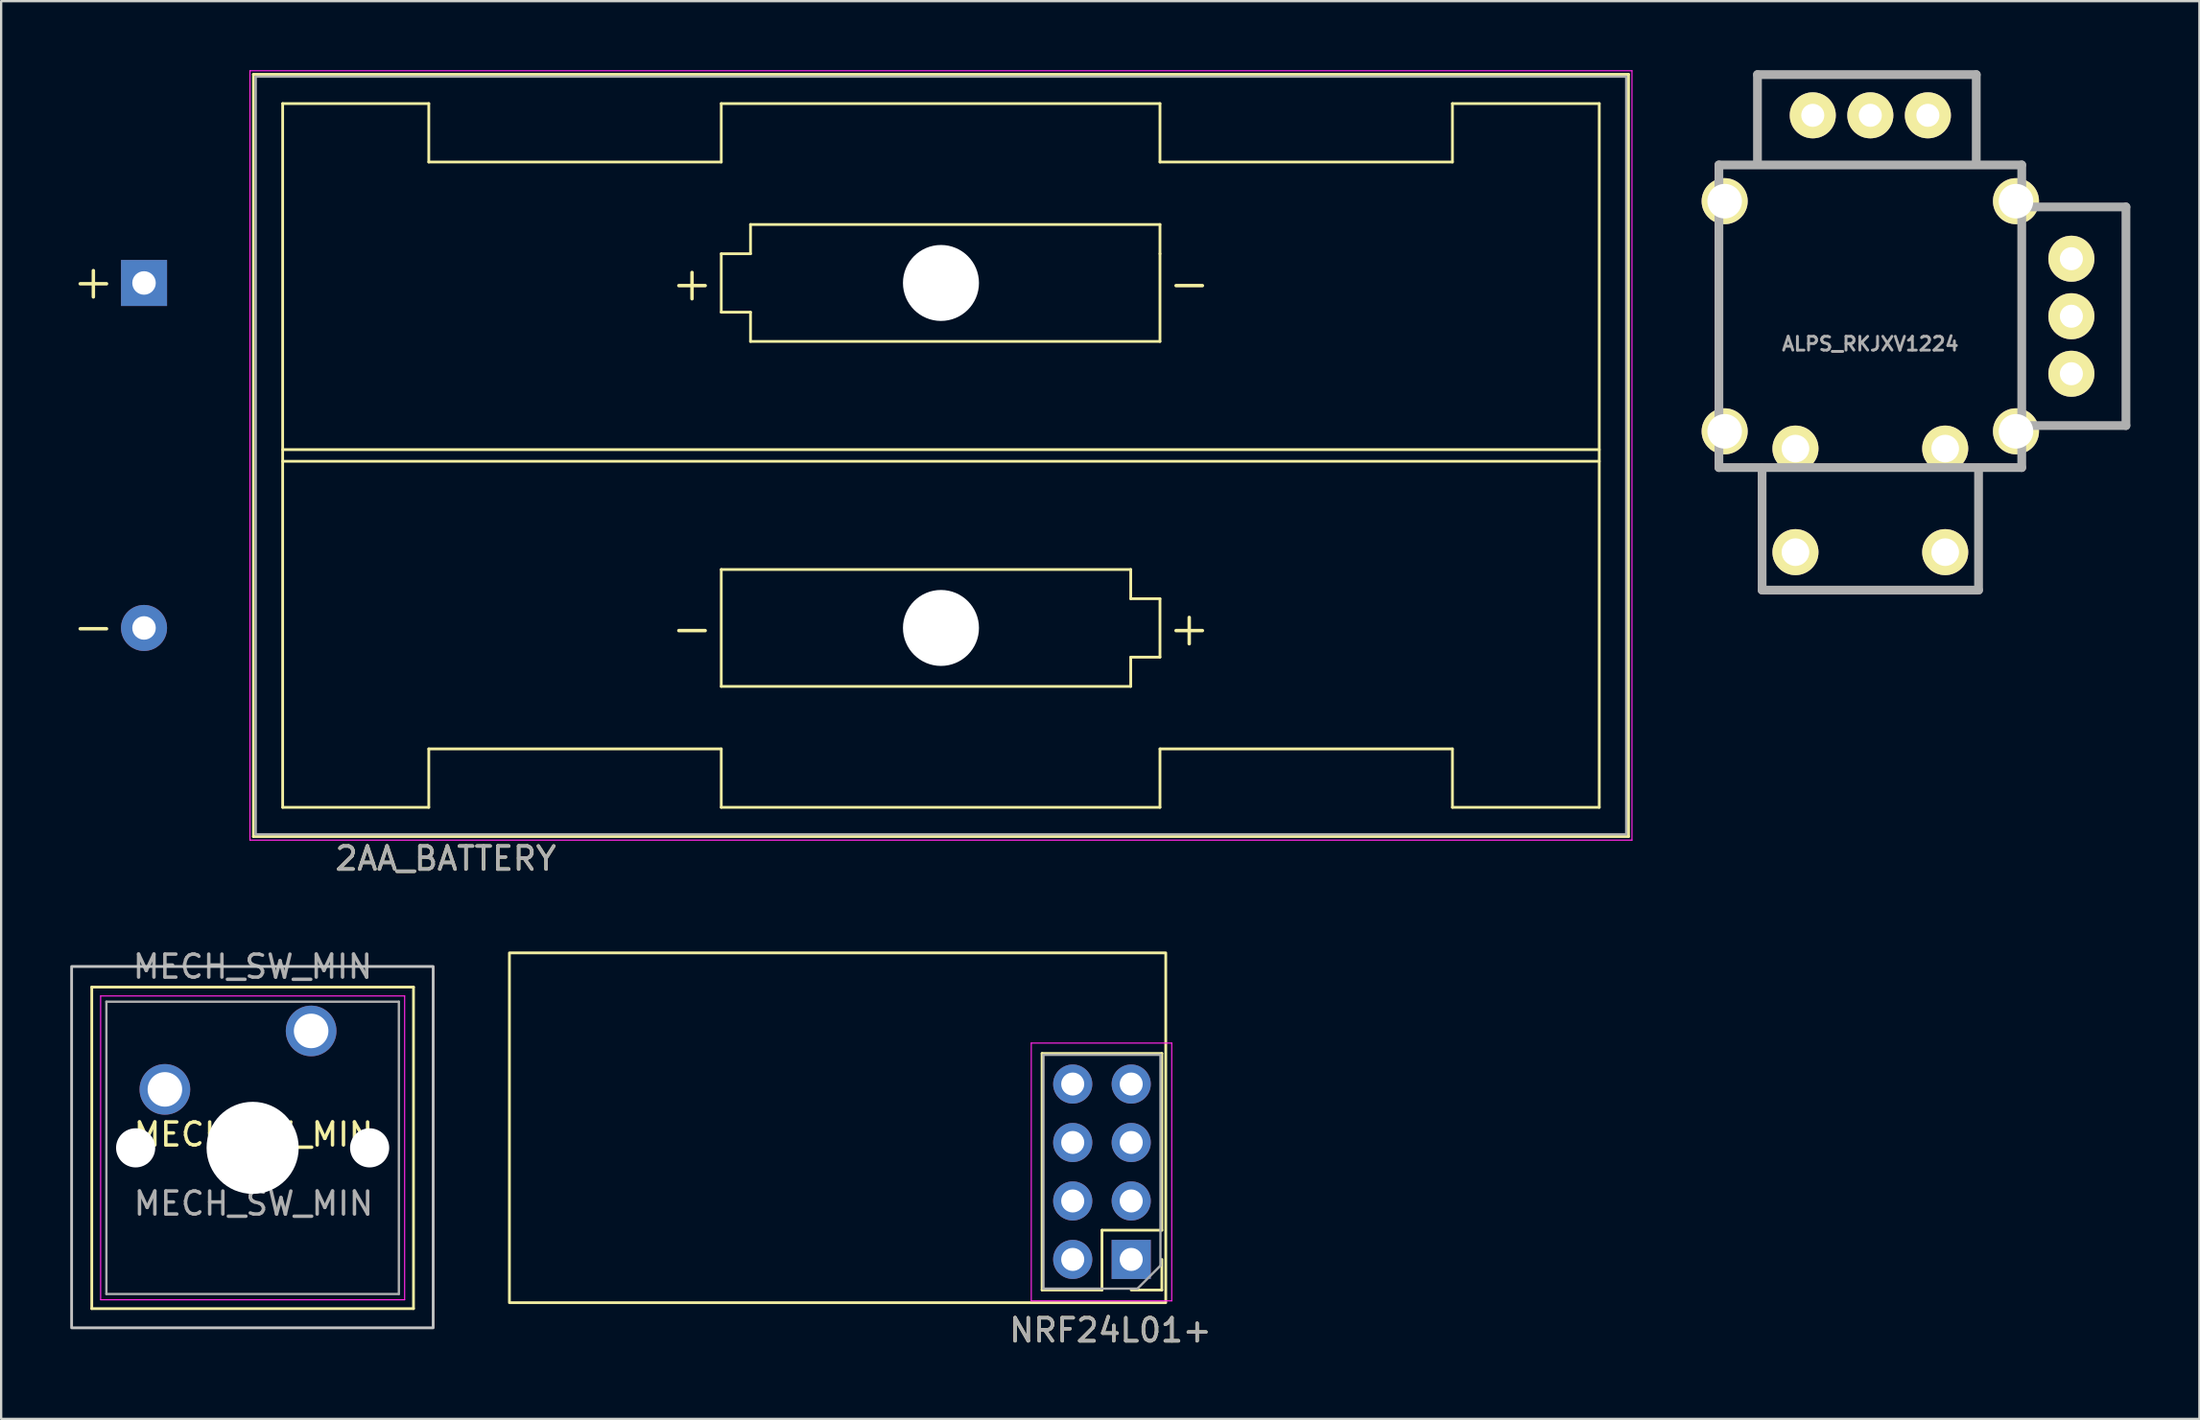
<source format=kicad_pcb>
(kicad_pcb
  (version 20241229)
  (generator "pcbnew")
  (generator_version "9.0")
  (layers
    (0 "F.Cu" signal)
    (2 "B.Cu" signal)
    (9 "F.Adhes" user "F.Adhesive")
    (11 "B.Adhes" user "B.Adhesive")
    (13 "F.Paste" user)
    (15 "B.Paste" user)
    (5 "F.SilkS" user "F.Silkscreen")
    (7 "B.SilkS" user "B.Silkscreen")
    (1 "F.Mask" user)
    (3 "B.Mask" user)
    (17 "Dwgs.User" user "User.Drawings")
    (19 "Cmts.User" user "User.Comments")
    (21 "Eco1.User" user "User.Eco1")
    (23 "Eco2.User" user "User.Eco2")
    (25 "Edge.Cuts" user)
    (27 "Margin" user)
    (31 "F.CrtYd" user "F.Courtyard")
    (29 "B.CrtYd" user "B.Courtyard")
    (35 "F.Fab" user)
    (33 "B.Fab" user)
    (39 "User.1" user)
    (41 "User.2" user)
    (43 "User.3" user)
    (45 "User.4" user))
  (footprint "NRF24L01+"
    (layer "F.Cu")
    (at 19.07 38.353)
    (property "Reference" "NRF24L01+" (at 26.1 16.4 0) (unlocked yes) (layer "F.SilkS") (effects (font (size 1 1) (thickness 0.15))))
    (attr through_hole)
    (fp_line (start 23.13 4.37) (end 28.33 4.37) (stroke (width 0.12) (type solid)) (layer "F.SilkS"))
    (fp_line (start 23.13 14.65) (end 23.13 4.37) (stroke (width 0.12) (type solid)) (layer "F.SilkS"))
    (fp_line (start 23.13 14.65) (end 25.73 14.65) (stroke (width 0.12) (type solid)) (layer "F.SilkS"))
    (fp_line (start 25.73 12.05) (end 28.33 12.05) (stroke (width 0.12) (type solid)) (layer "F.SilkS"))
    (fp_line (start 25.73 14.65) (end 25.73 12.05) (stroke (width 0.12) (type solid)) (layer "F.SilkS"))
    (fp_line (start 27 14.65) (end 28.33 14.65) (stroke (width 0.12) (type solid)) (layer "F.SilkS"))
    (fp_line (start 28.33 12.05) (end 28.33 4.37) (stroke (width 0.12) (type solid)) (layer "F.SilkS"))
    (fp_line (start 28.33 14.65) (end 28.33 13.32) (stroke (width 0.12) (type solid)) (layer "F.SilkS"))
    (fp_rect (start 0 0) (end 28.5 15.2) (stroke (width 0.12) (type solid)) (fill no) (layer "F.SilkS"))
    (fp_line (start 22.66 3.92) (end 22.66 15.12) (stroke (width 0.05) (type solid)) (layer "F.CrtYd"))
    (fp_line (start 22.66 15.12) (end 28.76 15.12) (stroke (width 0.05) (type solid)) (layer "F.CrtYd"))
    (fp_line (start 28.76 3.92) (end 22.66 3.92) (stroke (width 0.05) (type solid)) (layer "F.CrtYd"))
    (fp_line (start 28.76 15.12) (end 28.76 3.92) (stroke (width 0.05) (type solid)) (layer "F.CrtYd"))
    (fp_line (start 23.19 4.43) (end 23.19 14.59) (stroke (width 0.1) (type solid)) (layer "F.Fab"))
    (fp_line (start 23.19 14.59) (end 27.27 14.59) (stroke (width 0.1) (type solid)) (layer "F.Fab"))
    (fp_line (start 27.27 14.59) (end 28.27 13.59) (stroke (width 0.1) (type solid)) (layer "F.Fab"))
    (fp_line (start 28.27 4.43) (end 23.19 4.43) (stroke (width 0.1) (type solid)) (layer "F.Fab"))
    (fp_line (start 28.27 13.59) (end 28.27 4.43) (stroke (width 0.1) (type solid)) (layer "F.Fab"))
    (fp_text user "${REFERENCE}" (at 26.1 16.4 0) (unlocked yes) (layer "F.Fab") (effects (font (size 1 1) (thickness 0.15))))
    (pad "1" thru_hole rect (at 27 13.32 180) (size 1.7 1.7) (drill 1) (layers "*.Cu" "*.Mask"))
    (pad "2" thru_hole oval (at 24.46 13.32 180) (size 1.7 1.7) (drill 1) (layers "*.Cu" "*.Mask"))
    (pad "3" thru_hole oval (at 27 10.78 180) (size 1.7 1.7) (drill 1) (layers "*.Cu" "*.Mask"))
    (pad "4" thru_hole oval (at 24.46 10.78 180) (size 1.7 1.7) (drill 1) (layers "*.Cu" "*.Mask"))
    (pad "5" thru_hole oval (at 27 8.24 180) (size 1.7 1.7) (drill 1) (layers "*.Cu" "*.Mask"))
    (pad "6" thru_hole oval (at 24.46 8.24 180) (size 1.7 1.7) (drill 1) (layers "*.Cu" "*.Mask"))
    (pad "7" thru_hole oval (at 27 5.7 180) (size 1.7 1.7) (drill 1) (layers "*.Cu" "*.Mask"))
    (pad "8" thru_hole oval (at 24.46 5.7 180) (size 1.7 1.7) (drill 1) (layers "*.Cu" "*.Mask")))
  (footprint "MECH_SW_MIN"
    (layer "F.Cu")
    (at 7.96 46.745)
    (property "Reference" "MECH_SW_MIN" (at 0 -0.5 0) (unlocked yes) (layer "F.SilkS") (effects (font (size 1 1) (thickness 0.15))))
    (attr through_hole)
    (fp_line (start -7.025 -6.905) (end 6.945 -6.905) (stroke (width 0.12) (type solid)) (layer "F.SilkS"))
    (fp_line (start -7.025 7.065) (end -7.025 -6.905) (stroke (width 0.12) (type solid)) (layer "F.SilkS"))
    (fp_line (start 6.945 -6.905) (end 6.945 7.065) (stroke (width 0.12) (type solid)) (layer "F.SilkS"))
    (fp_line (start 6.945 7.065) (end -7.025 7.065) (stroke (width 0.12) (type solid)) (layer "F.SilkS"))
    (fp_rect (start -7.9 -7.8) (end 7.8 7.9) (stroke (width 0.12) (type solid)) (fill no) (layer "Dwgs.User"))
    (fp_line (start -6.64 -6.52) (end 6.56 -6.52) (stroke (width 0.05) (type solid)) (layer "F.CrtYd"))
    (fp_line (start -6.64 6.68) (end -6.64 -6.52) (stroke (width 0.05) (type solid)) (layer "F.CrtYd"))
    (fp_line (start 6.56 -6.52) (end 6.56 6.68) (stroke (width 0.05) (type solid)) (layer "F.CrtYd"))
    (fp_line (start 6.56 6.68) (end -6.64 6.68) (stroke (width 0.05) (type solid)) (layer "F.CrtYd"))
    (fp_line (start -6.39 -6.27) (end 6.31 -6.27) (stroke (width 0.1) (type solid)) (layer "F.Fab"))
    (fp_line (start -6.39 6.43) (end -6.39 -6.27) (stroke (width 0.1) (type solid)) (layer "F.Fab"))
    (fp_line (start 6.31 -6.27) (end 6.31 6.43) (stroke (width 0.1) (type solid)) (layer "F.Fab"))
    (fp_line (start 6.31 6.43) (end -6.39 6.43) (stroke (width 0.1) (type solid)) (layer "F.Fab"))
    (fp_text user "${REFERENCE}" (at -0.04 -7.794 0) (layer "F.Fab") (effects (font (size 1 1) (thickness 0.15))))
    (fp_text user "${REFERENCE}" (at 0 2.5 0) (unlocked yes) (layer "F.Fab") (effects (font (size 1 1) (thickness 0.15))))
    (pad "" np_thru_hole circle (at -5.12 0.08) (size 1.7 1.7) (drill 1.7) (layers "*.Cu" "*.Mask"))
    (pad "" np_thru_hole circle (at -0.04 0.08) (size 4 4) (drill 4) (layers "*.Cu" "*.Mask"))
    (pad "" np_thru_hole circle (at 5.04 0.08) (size 1.7 1.7) (drill 1.7) (layers "*.Cu" "*.Mask"))
    (pad "1" thru_hole circle (at 2.5 -5) (size 2.2 2.2) (drill 1.5) (layers "*.Cu" "*.Mask"))
    (pad "2" thru_hole circle (at -3.85 -2.46) (size 2.2 2.2) (drill 1.5) (layers "*.Cu" "*.Mask")))
  (footprint "2AA_BATTERY"
    (layer "F.Cu")
    (at 8.004 33.255)
    (property "Reference" "2AA_BATTERY" (at 8.3 1 0) (unlocked yes) (layer "F.SilkS") (effects (font (size 1 1) (thickness 0.15))))
    (attr through_hole)
    (fp_line (start -0.05 -33.075) (end -0.05 0.045) (stroke (width 0.12) (type solid)) (layer "F.SilkS"))
    (fp_line (start -0.05 0.045) (end 59.66 0.045) (stroke (width 0.12) (type solid)) (layer "F.SilkS"))
    (fp_line (start 1.22 -31.805) (end 1.22 -1.225) (stroke (width 0.12) (type solid)) (layer "F.SilkS"))
    (fp_line (start 1.22 -16.769) (end 58.39 -16.769) (stroke (width 0.12) (type solid)) (layer "F.SilkS"))
    (fp_line (start 1.22 -1.225) (end 7.565 -1.225) (stroke (width 0.12) (type solid)) (layer "F.SilkS"))
    (fp_line (start 7.565 -31.805) (end 1.22 -31.805) (stroke (width 0.12) (type solid)) (layer "F.SilkS"))
    (fp_line (start 7.565 -29.265) (end 7.565 -31.805) (stroke (width 0.12) (type solid)) (layer "F.SilkS"))
    (fp_line (start 7.565 -29.265) (end 20.265 -29.265) (stroke (width 0.12) (type solid)) (layer "F.SilkS"))
    (fp_line (start 7.565 -3.765) (end 20.265 -3.765) (stroke (width 0.12) (type solid)) (layer "F.SilkS"))
    (fp_line (start 7.565 -1.225) (end 7.565 -3.765) (stroke (width 0.12) (type solid)) (layer "F.SilkS"))
    (fp_line (start 20.265 -31.805) (end 20.265 -29.265) (stroke (width 0.12) (type solid)) (layer "F.SilkS"))
    (fp_line (start 20.265 -25.28) (end 21.535 -25.28) (stroke (width 0.12) (type solid)) (layer "F.SilkS"))
    (fp_line (start 20.265 -22.74) (end 20.265 -25.28) (stroke (width 0.12) (type solid)) (layer "F.SilkS"))
    (fp_line (start 20.265 -11.56) (end 38.045 -11.56) (stroke (width 0.12) (type solid)) (layer "F.SilkS"))
    (fp_line (start 20.265 -6.48) (end 20.265 -11.56) (stroke (width 0.12) (type solid)) (layer "F.SilkS"))
    (fp_line (start 20.265 -3.765) (end 20.265 -1.225) (stroke (width 0.12) (type solid)) (layer "F.SilkS"))
    (fp_line (start 20.265 -1.225) (end 39.315 -1.225) (stroke (width 0.12) (type solid)) (layer "F.SilkS"))
    (fp_line (start 21.535 -26.55) (end 39.315 -26.55) (stroke (width 0.12) (type solid)) (layer "F.SilkS"))
    (fp_line (start 21.535 -25.28) (end 21.535 -26.55) (stroke (width 0.12) (type solid)) (layer "F.SilkS"))
    (fp_line (start 21.535 -22.74) (end 20.265 -22.74) (stroke (width 0.12) (type solid)) (layer "F.SilkS"))
    (fp_line (start 21.535 -21.47) (end 21.535 -22.74) (stroke (width 0.12) (type solid)) (layer "F.SilkS"))
    (fp_line (start 38.045 -11.56) (end 38.045 -10.29) (stroke (width 0.12) (type solid)) (layer "F.SilkS"))
    (fp_line (start 38.045 -10.29) (end 39.315 -10.29) (stroke (width 0.12) (type solid)) (layer "F.SilkS"))
    (fp_line (start 38.045 -7.75) (end 38.045 -6.48) (stroke (width 0.12) (type solid)) (layer "F.SilkS"))
    (fp_line (start 38.045 -6.48) (end 20.265 -6.48) (stroke (width 0.12) (type solid)) (layer "F.SilkS"))
    (fp_line (start 39.315 -31.805) (end 20.265 -31.805) (stroke (width 0.12) (type solid)) (layer "F.SilkS"))
    (fp_line (start 39.315 -29.265) (end 39.315 -31.805) (stroke (width 0.12) (type solid)) (layer "F.SilkS"))
    (fp_line (start 39.315 -26.55) (end 39.315 -25.28) (stroke (width 0.12) (type solid)) (layer "F.SilkS"))
    (fp_line (start 39.315 -25.28) (end 39.315 -21.47) (stroke (width 0.12) (type solid)) (layer "F.SilkS"))
    (fp_line (start 39.315 -21.47) (end 21.535 -21.47) (stroke (width 0.12) (type solid)) (layer "F.SilkS"))
    (fp_line (start 39.315 -10.29) (end 39.315 -7.75) (stroke (width 0.12) (type solid)) (layer "F.SilkS"))
    (fp_line (start 39.315 -7.75) (end 38.045 -7.75) (stroke (width 0.12) (type solid)) (layer "F.SilkS"))
    (fp_line (start 39.315 -1.225) (end 39.315 -3.765) (stroke (width 0.12) (type solid)) (layer "F.SilkS"))
    (fp_line (start 52.015 -31.805) (end 52.015 -29.265) (stroke (width 0.12) (type solid)) (layer "F.SilkS"))
    (fp_line (start 52.015 -29.265) (end 39.315 -29.265) (stroke (width 0.12) (type solid)) (layer "F.SilkS"))
    (fp_line (start 52.015 -3.765) (end 39.315 -3.765) (stroke (width 0.12) (type solid)) (layer "F.SilkS"))
    (fp_line (start 52.015 -1.225) (end 52.015 -3.765) (stroke (width 0.12) (type solid)) (layer "F.SilkS"))
    (fp_line (start 58.39 -31.805) (end 52.015 -31.805) (stroke (width 0.12) (type solid)) (layer "F.SilkS"))
    (fp_line (start 58.39 -31.805) (end 58.39 -1.225) (stroke (width 0.12) (type solid)) (layer "F.SilkS"))
    (fp_line (start 58.39 -16.261) (end 1.22 -16.261) (stroke (width 0.12) (type solid)) (layer "F.SilkS"))
    (fp_line (start 58.39 -1.225) (end 52.015 -1.225) (stroke (width 0.12) (type solid)) (layer "F.SilkS"))
    (fp_line (start 59.66 -33.075) (end -0.05 -33.075) (stroke (width 0.12) (type solid)) (layer "F.SilkS"))
    (fp_line (start 59.66 0.045) (end 59.66 -33.075) (stroke (width 0.12) (type solid)) (layer "F.SilkS"))
    (fp_line (start -0.2 -33.23) (end -0.2 0.2) (stroke (width 0.05) (type solid)) (layer "F.CrtYd"))
    (fp_line (start -0.2 0.2) (end 59.81 0.2) (stroke (width 0.05) (type solid)) (layer "F.CrtYd"))
    (fp_line (start 59.81 -33.23) (end -0.2 -33.23) (stroke (width 0.05) (type solid)) (layer "F.CrtYd"))
    (fp_line (start 59.81 0.2) (end 59.81 -33.23) (stroke (width 0.05) (type solid)) (layer "F.CrtYd"))
    (fp_line (start 0.05 -32.975) (end 59.56 -32.975) (stroke (width 0.1) (type solid)) (layer "F.Fab"))
    (fp_line (start 0.05 -0.055) (end 0.05 -32.975) (stroke (width 0.1) (type solid)) (layer "F.Fab"))
    (fp_line (start 0.05 -0.055) (end 59.56 -0.055) (stroke (width 0.1) (type solid)) (layer "F.Fab"))
    (fp_line (start 59.56 -0.055) (end 59.56 -32.975) (stroke (width 0.1) (type solid)) (layer "F.Fab"))
    (fp_text user "-" (at 40.585 -24.01 0) (layer "F.SilkS") (effects (font (size 1.5 1.5) (thickness 0.15))))
    (fp_text user "+" (at 18.995 -24.01 0) (layer "F.SilkS") (effects (font (size 1.5 1.5) (thickness 0.15))))
    (fp_text user "+" (at -7 -24.09 0) (layer "F.SilkS") (effects (font (size 1.5 1.5) (thickness 0.15))))
    (fp_text user "-" (at 18.995 -9.02 0) (layer "F.SilkS") (effects (font (size 1.5 1.5) (thickness 0.15))))
    (fp_text user "-" (at -7 -9.1 0) (layer "F.SilkS") (effects (font (size 1.5 1.5) (thickness 0.15))))
    (fp_text user "+" (at 40.585 -9.02 0) (layer "F.SilkS") (effects (font (size 1.5 1.5) (thickness 0.15))))
    (fp_text user "${REFERENCE}" (at 8.3 1 0) (unlocked yes) (layer "F.Fab") (effects (font (size 1 1) (thickness 0.15))))
    (pad "" np_thru_hole circle (at 29.805 -24.01) (size 3.3 3.3) (drill 3.3) (layers "*.Cu" "*.Mask"))
    (pad "" np_thru_hole circle (at 29.805 -9.02) (size 3.3 3.3) (drill 3.3) (layers "*.Cu" "*.Mask"))
    (pad "1" thru_hole rect (at -4.8 -24.01) (size 2 2) (drill 1.02) (layers "*.Cu" "*.Mask"))
    (pad "2" thru_hole circle (at -4.8 -9.02) (size 2 2) (drill 1.02) (layers "*.Cu" "*.Mask")))
  (footprint "ALPS_RKJXV1224"
    (layer "F.Cu")
    (at 78.164 10.691)
    (property "Reference" "ALPS_RKJXV1224" (at 0 1.2 0) (layer "F.Fab") (effects (font (size 0.599 0.599) (thickness 0.124))))
    (attr through_hole)
    (fp_line (start -6.575 -6.575) (end 6.575 -6.575) (stroke (width 0.381) (type solid)) (layer "F.Fab"))
    (fp_line (start -6.575 6.575) (end -6.575 -6.575) (stroke (width 0.381) (type solid)) (layer "F.Fab"))
    (fp_line (start -4.9 -10.5) (end 4.6 -10.5) (stroke (width 0.381) (type solid)) (layer "F.Fab"))
    (fp_line (start -4.9 -6.6) (end -4.9 -10.5) (stroke (width 0.381) (type solid)) (layer "F.Fab"))
    (fp_line (start -4.7 6.6) (end -4.699 11.9) (stroke (width 0.381) (type solid)) (layer "F.Fab"))
    (fp_line (start -4.698 11.9) (end 4.7 11.9) (stroke (width 0.381) (type solid)) (layer "F.Fab"))
    (fp_line (start 4.6 -10.5) (end 4.6 -6.6) (stroke (width 0.381) (type solid)) (layer "F.Fab"))
    (fp_line (start 4.7 11.9) (end 4.7 6.6) (stroke (width 0.381) (type solid)) (layer "F.Fab"))
    (fp_line (start 6.575 -6.575) (end 6.575 6.575) (stroke (width 0.381) (type solid)) (layer "F.Fab"))
    (fp_line (start 6.575 6.575) (end -6.575 6.575) (stroke (width 0.381) (type solid)) (layer "F.Fab"))
    (fp_line (start 6.6 -4.75) (end 11.1 -4.75) (stroke (width 0.381) (type solid)) (layer "F.Fab"))
    (fp_line (start 11.1 -4.75) (end 11.1 4.75) (stroke (width 0.381) (type solid)) (layer "F.Fab"))
    (fp_line (start 11.1 4.75) (end 6.6 4.75) (stroke (width 0.381) (type solid)) (layer "F.Fab"))
    (pad "" thru_hole circle (at -6.325 -5) (size 2 2) (drill 1.501) (layers "*.Cu" "*.Mask" "F.SilkS"))
    (pad "" thru_hole circle (at -6.325 5) (size 2 2) (drill 1.501) (layers "*.Cu" "*.Mask" "F.SilkS"))
    (pad "" thru_hole circle (at 3.251 5.75) (size 1.999 1.999) (drill 1.2) (layers "*.Cu" "*.Mask" "F.SilkS"))
    (pad "" thru_hole circle (at 3.251 10.25) (size 1.999 1.999) (drill 1.2) (layers "*.Cu" "*.Mask" "F.SilkS"))
    (pad "" thru_hole circle (at 6.325 -5) (size 2 2) (drill 1.501) (layers "*.Cu" "*.Mask" "F.SilkS"))
    (pad "" thru_hole circle (at 6.325 5) (size 2 2) (drill 1.501) (layers "*.Cu" "*.Mask" "F.SilkS"))
    (pad "SW1" thru_hole circle (at -3.251 5.75) (size 1.999 1.999) (drill 1.2) (layers "*.Cu" "*.Mask" "F.SilkS"))
    (pad "SW2" thru_hole circle (at -3.251 10.25) (size 1.999 1.999) (drill 1.2) (layers "*.Cu" "*.Mask" "F.SilkS"))
    (pad "X1" thru_hole circle (at 8.73 -2.499) (size 1.999 1.999) (drill 1.001) (layers "*.Cu" "*.Mask" "F.SilkS"))
    (pad "X2" thru_hole circle (at 8.73 0) (size 1.999 1.999) (drill 1.001) (layers "*.Cu" "*.Mask" "F.SilkS"))
    (pad "X3" thru_hole circle (at 8.73 2.499) (size 1.999 1.999) (drill 1.001) (layers "*.Cu" "*.Mask" "F.SilkS"))
    (pad "Y1" thru_hole circle (at -2.499 -8.73) (size 1.999 1.999) (drill 1.001) (layers "*.Cu" "*.Mask" "F.SilkS"))
    (pad "Y2" thru_hole circle (at 0 -8.73) (size 1.999 1.999) (drill 1.001) (layers "*.Cu" "*.Mask" "F.SilkS"))
    (pad "Y3" thru_hole circle (at 2.499 -8.73) (size 1.999 1.999) (drill 1.001) (layers "*.Cu" "*.Mask" "F.SilkS")))
  (gr_rect
    (start -3 -3)
    (end 92.454 58.602)
    (stroke (width 0.1) (type default))
    (fill no)
    (layer "Edge.Cuts")))
</source>
